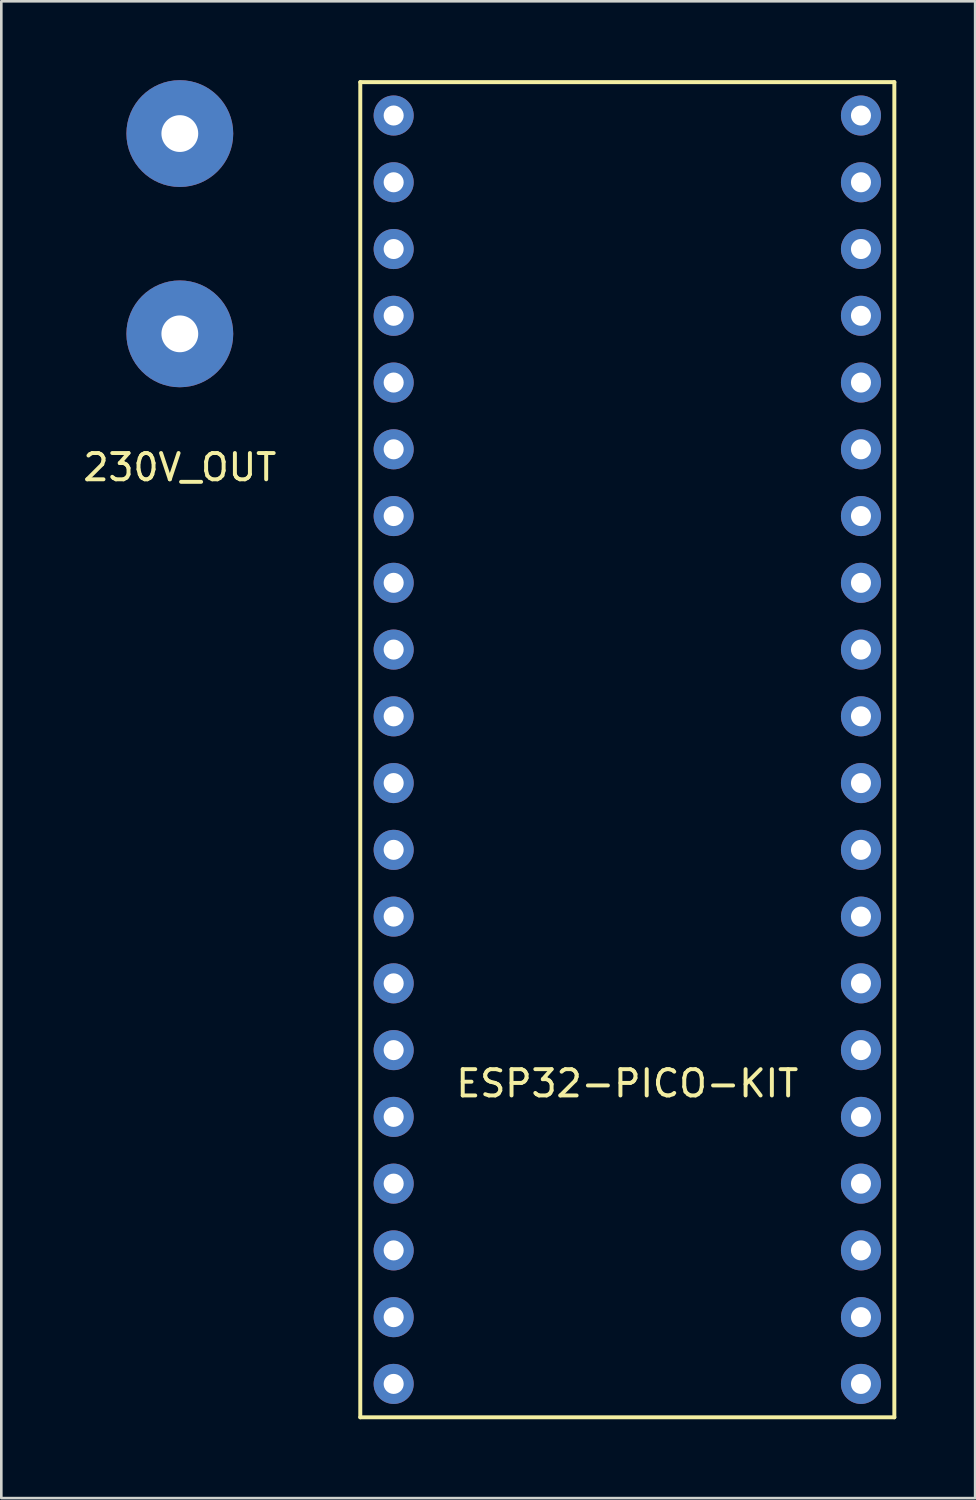
<source format=kicad_pcb>
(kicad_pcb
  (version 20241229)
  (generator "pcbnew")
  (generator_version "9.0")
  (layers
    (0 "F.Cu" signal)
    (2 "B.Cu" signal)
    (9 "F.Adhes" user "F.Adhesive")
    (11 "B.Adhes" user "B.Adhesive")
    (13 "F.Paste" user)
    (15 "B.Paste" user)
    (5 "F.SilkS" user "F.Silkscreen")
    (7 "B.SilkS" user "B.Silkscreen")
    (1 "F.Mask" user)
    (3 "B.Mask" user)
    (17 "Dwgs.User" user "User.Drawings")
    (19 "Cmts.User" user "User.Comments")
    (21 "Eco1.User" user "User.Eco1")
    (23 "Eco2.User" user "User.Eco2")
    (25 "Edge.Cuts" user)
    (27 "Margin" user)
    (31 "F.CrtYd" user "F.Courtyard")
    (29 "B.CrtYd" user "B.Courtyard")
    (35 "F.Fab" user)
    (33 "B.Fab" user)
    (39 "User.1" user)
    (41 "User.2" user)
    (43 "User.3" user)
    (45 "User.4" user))
  (footprint "ESP32-PICO-KIT"
    (layer "F.Cu")
    (at 20.818 25.475)
    (property "Reference" "ESP32-PICO-KIT" (at 0 12.7 0) (layer "F.SilkS") (effects (font (size 1 1) (thickness 0.15))))
    (attr through_hole)
    (fp_line (start -10.16 -25.4) (end -10.16 25.4) (stroke (width 0.15) (type solid)) (layer "F.SilkS"))
    (fp_line (start -10.16 25.4) (end 10.16 25.4) (stroke (width 0.15) (type solid)) (layer "F.SilkS"))
    (fp_line (start 10.16 -25.4) (end -10.16 -25.4) (stroke (width 0.15) (type solid)) (layer "F.SilkS"))
    (fp_line (start 10.16 25.4) (end 10.16 -25.4) (stroke (width 0.15) (type solid)) (layer "F.SilkS"))
    (pad "1" thru_hole circle (at 8.89 -24.13) (size 1.524 1.524) (drill 0.762) (layers "*.Cu" "*.Mask"))
    (pad "2" thru_hole circle (at 8.89 -21.59) (size 1.524 1.524) (drill 0.762) (layers "*.Cu" "*.Mask"))
    (pad "3" thru_hole circle (at 8.89 -19.05) (size 1.524 1.524) (drill 0.762) (layers "*.Cu" "*.Mask"))
    (pad "4" thru_hole circle (at 8.89 -16.51) (size 1.524 1.524) (drill 0.762) (layers "*.Cu" "*.Mask"))
    (pad "5" thru_hole circle (at 8.89 -13.97) (size 1.524 1.524) (drill 0.762) (layers "*.Cu" "*.Mask"))
    (pad "6" thru_hole circle (at 8.89 -11.43) (size 1.524 1.524) (drill 0.762) (layers "*.Cu" "*.Mask"))
    (pad "7" thru_hole circle (at 8.89 -8.89) (size 1.524 1.524) (drill 0.762) (layers "*.Cu" "*.Mask"))
    (pad "8" thru_hole circle (at 8.89 -6.35) (size 1.524 1.524) (drill 0.762) (layers "*.Cu" "*.Mask"))
    (pad "9" thru_hole circle (at 8.89 -3.81) (size 1.524 1.524) (drill 0.762) (layers "*.Cu" "*.Mask"))
    (pad "10" thru_hole circle (at 8.89 -1.27) (size 1.524 1.524) (drill 0.762) (layers "*.Cu" "*.Mask"))
    (pad "11" thru_hole circle (at 8.89 1.27) (size 1.524 1.524) (drill 0.762) (layers "*.Cu" "*.Mask"))
    (pad "12" thru_hole circle (at 8.89 3.81) (size 1.524 1.524) (drill 0.762) (layers "*.Cu" "*.Mask"))
    (pad "13" thru_hole circle (at 8.89 6.35) (size 1.524 1.524) (drill 0.762) (layers "*.Cu" "*.Mask"))
    (pad "14" thru_hole circle (at 8.89 8.89) (size 1.524 1.524) (drill 0.762) (layers "*.Cu" "*.Mask"))
    (pad "15" thru_hole circle (at 8.89 11.43) (size 1.524 1.524) (drill 0.762) (layers "*.Cu" "*.Mask"))
    (pad "16" thru_hole circle (at 8.89 13.97) (size 1.524 1.524) (drill 0.762) (layers "*.Cu" "*.Mask"))
    (pad "17" thru_hole circle (at 8.89 16.51) (size 1.524 1.524) (drill 0.762) (layers "*.Cu" "*.Mask"))
    (pad "18" thru_hole circle (at 8.89 19.05) (size 1.524 1.524) (drill 0.762) (layers "*.Cu" "*.Mask"))
    (pad "19" thru_hole circle (at 8.89 21.59) (size 1.524 1.524) (drill 0.762) (layers "*.Cu" "*.Mask"))
    (pad "20" thru_hole circle (at 8.89 24.13) (size 1.524 1.524) (drill 0.762) (layers "*.Cu" "*.Mask"))
    (pad "21" thru_hole circle (at -8.89 -24.13) (size 1.524 1.524) (drill 0.762) (layers "*.Cu" "*.Mask"))
    (pad "22" thru_hole circle (at -8.89 -21.59) (size 1.524 1.524) (drill 0.762) (layers "*.Cu" "*.Mask"))
    (pad "23" thru_hole circle (at -8.89 -19.05) (size 1.524 1.524) (drill 0.762) (layers "*.Cu" "*.Mask"))
    (pad "24" thru_hole circle (at -8.89 -16.51) (size 1.524 1.524) (drill 0.762) (layers "*.Cu" "*.Mask"))
    (pad "25" thru_hole circle (at -8.89 -13.97) (size 1.524 1.524) (drill 0.762) (layers "*.Cu" "*.Mask"))
    (pad "26" thru_hole circle (at -8.89 -11.43) (size 1.524 1.524) (drill 0.762) (layers "*.Cu" "*.Mask"))
    (pad "27" thru_hole circle (at -8.89 -8.89) (size 1.524 1.524) (drill 0.762) (layers "*.Cu" "*.Mask"))
    (pad "28" thru_hole circle (at -8.89 -6.35) (size 1.524 1.524) (drill 0.762) (layers "*.Cu" "*.Mask"))
    (pad "29" thru_hole circle (at -8.89 -3.81) (size 1.524 1.524) (drill 0.762) (layers "*.Cu" "*.Mask"))
    (pad "30" thru_hole circle (at -8.89 -1.27) (size 1.524 1.524) (drill 0.762) (layers "*.Cu" "*.Mask"))
    (pad "31" thru_hole circle (at -8.89 1.27) (size 1.524 1.524) (drill 0.762) (layers "*.Cu" "*.Mask"))
    (pad "32" thru_hole circle (at -8.89 3.81) (size 1.524 1.524) (drill 0.762) (layers "*.Cu" "*.Mask"))
    (pad "33" thru_hole circle (at -8.89 6.35) (size 1.524 1.524) (drill 0.762) (layers "*.Cu" "*.Mask"))
    (pad "34" thru_hole circle (at -8.89 8.89) (size 1.524 1.524) (drill 0.762) (layers "*.Cu" "*.Mask"))
    (pad "35" thru_hole circle (at -8.89 11.43) (size 1.524 1.524) (drill 0.762) (layers "*.Cu" "*.Mask"))
    (pad "36" thru_hole circle (at -8.89 13.97) (size 1.524 1.524) (drill 0.762) (layers "*.Cu" "*.Mask"))
    (pad "37" thru_hole circle (at -8.89 16.51) (size 1.524 1.524) (drill 0.762) (layers "*.Cu" "*.Mask"))
    (pad "38" thru_hole circle (at -8.89 19.05) (size 1.524 1.524) (drill 0.762) (layers "*.Cu" "*.Mask"))
    (pad "39" thru_hole circle (at -8.89 21.59) (size 1.524 1.524) (drill 0.762) (layers "*.Cu" "*.Mask"))
    (pad "40" thru_hole circle (at -8.89 24.13) (size 1.524 1.524) (drill 0.762) (layers "*.Cu" "*.Mask")))
  (footprint "230V_OUT"
    (layer "F.Cu")
    (at 3.792 5.842)
    (property "Reference" "230V_OUT" (at 0 8.89 0) (layer "F.SilkS") (effects (font (size 1 1) (thickness 0.15))))
    (attr through_hole)
    (pad "1" thru_hole circle (at 0 -3.81) (size 4.064 4.064) (drill 1.4) (layers "*.Cu" "*.Mask"))
    (pad "2" thru_hole circle (at 0 3.81) (size 4.064 4.064) (drill 1.4) (layers "*.Cu" "*.Mask")))
  (gr_rect
    (start -3 -3)
    (end 34.053 53.95)
    (stroke (width 0.1) (type default))
    (fill no)
    (layer "Edge.Cuts")))
</source>
